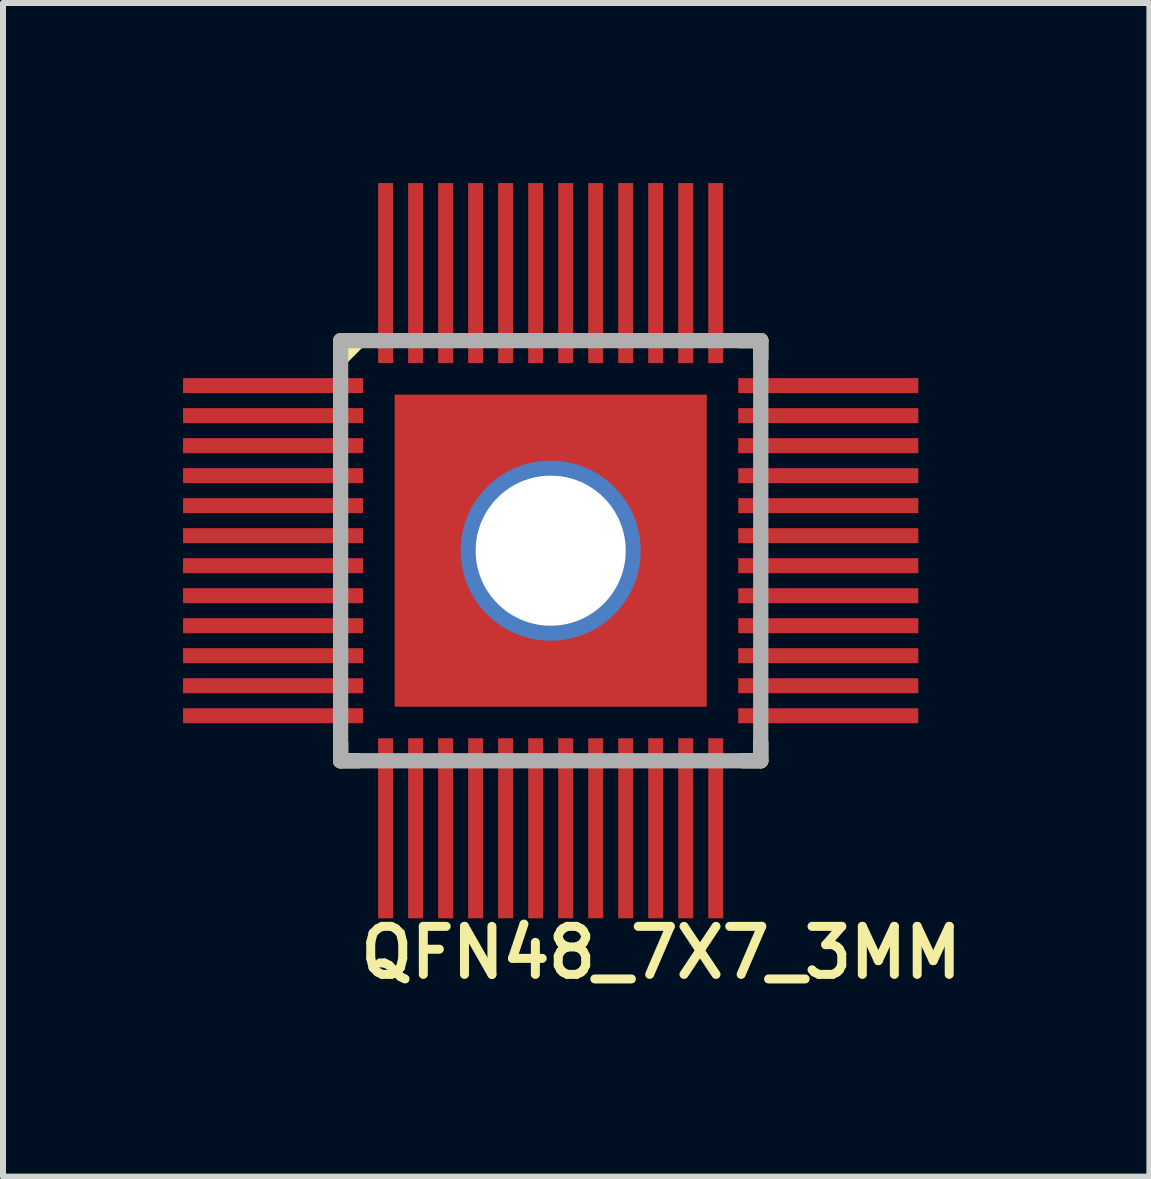
<source format=kicad_pcb>
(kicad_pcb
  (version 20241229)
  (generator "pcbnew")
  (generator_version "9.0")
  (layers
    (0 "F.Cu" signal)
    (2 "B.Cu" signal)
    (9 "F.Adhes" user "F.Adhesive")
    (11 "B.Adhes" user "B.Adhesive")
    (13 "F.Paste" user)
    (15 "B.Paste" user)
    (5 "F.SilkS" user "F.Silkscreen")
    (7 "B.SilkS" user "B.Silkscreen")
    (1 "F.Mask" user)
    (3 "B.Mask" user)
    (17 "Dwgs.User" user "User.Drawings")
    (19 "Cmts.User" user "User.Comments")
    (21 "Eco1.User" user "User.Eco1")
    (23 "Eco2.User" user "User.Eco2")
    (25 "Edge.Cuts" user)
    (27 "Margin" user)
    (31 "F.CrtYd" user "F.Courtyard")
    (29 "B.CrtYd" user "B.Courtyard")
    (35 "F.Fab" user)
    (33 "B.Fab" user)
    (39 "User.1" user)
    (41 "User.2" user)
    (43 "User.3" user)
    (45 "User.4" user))
  (footprint "QFN48_7X7_3MM"
    (layer "F.Cu")
    (at 6.125 6.125)
    (property "Reference" "QFN48_7X7_3MM" (at 1.84 6.697 0) (layer "F.SilkS") (effects (font (size 0.8 0.8) (thickness 0.15))))
    (attr smd)
    (fp_line (start -3.5 -3.2) (end -3.2 -3.5) (stroke (width 0.254) (type solid)) (layer "F.SilkS"))
    (fp_line (start -3.5 3.2) (end -3.5 3.5) (stroke (width 0.254) (type solid)) (layer "F.SilkS"))
    (fp_line (start -3.5 3.5) (end -3.2 3.5) (stroke (width 0.254) (type solid)) (layer "F.SilkS"))
    (fp_line (start 3.15 -3.5) (end 3.5 -3.5) (stroke (width 0.254) (type solid)) (layer "F.SilkS"))
    (fp_line (start 3.2 3.5) (end 3.5 3.5) (stroke (width 0.254) (type solid)) (layer "F.SilkS"))
    (fp_line (start 3.5 -3.5) (end 3.5 -3.2) (stroke (width 0.254) (type solid)) (layer "F.SilkS"))
    (fp_line (start 3.5 3.5) (end 3.5 3.2) (stroke (width 0.254) (type solid)) (layer "F.SilkS"))
    (fp_poly (pts (xy -2.286 -2.286) (xy 2.286 -2.286) (xy 2.286 2.286) (xy -2.286 2.286)) (stroke (width 0.01) (type solid)) (fill yes) (layer "F.Paste"))
    (fp_line (start -3.5 -3.5) (end -3.5 3.5) (stroke (width 0.254) (type solid)) (layer "F.Fab"))
    (fp_line (start -3.5 3.5) (end 3.5 3.5) (stroke (width 0.254) (type solid)) (layer "F.Fab"))
    (fp_line (start 3.5 -3.5) (end -3.5 -3.5) (stroke (width 0.254) (type solid)) (layer "F.Fab"))
    (fp_line (start 3.5 3.5) (end 3.5 -3.5) (stroke (width 0.254) (type solid)) (layer "F.Fab"))
    (pad "1" smd rect (at -4.625 -2.75) (size 3 0.25) (layers "F.Cu" "F.Mask" "F.Paste"))
    (pad "2" smd rect (at -4.625 -2.25) (size 3 0.25) (layers "F.Cu" "F.Mask" "F.Paste"))
    (pad "3" smd rect (at -4.625 -1.75) (size 3 0.25) (layers "F.Cu" "F.Mask" "F.Paste"))
    (pad "4" smd rect (at -4.625 -1.25) (size 3 0.25) (layers "F.Cu" "F.Mask" "F.Paste"))
    (pad "5" smd rect (at -4.625 -0.75) (size 3 0.25) (layers "F.Cu" "F.Mask" "F.Paste"))
    (pad "6" smd rect (at -4.625 -0.25) (size 3 0.25) (layers "F.Cu" "F.Mask" "F.Paste"))
    (pad "7" smd rect (at -4.625 0.25) (size 3 0.25) (layers "F.Cu" "F.Mask" "F.Paste"))
    (pad "8" smd rect (at -4.625 0.75) (size 3 0.25) (layers "F.Cu" "F.Mask" "F.Paste"))
    (pad "9" smd rect (at -4.625 1.25) (size 3 0.25) (layers "F.Cu" "F.Mask" "F.Paste"))
    (pad "10" smd rect (at -4.625 1.75) (size 3 0.25) (layers "F.Cu" "F.Mask" "F.Paste"))
    (pad "11" smd rect (at -4.625 2.25) (size 3 0.25) (layers "F.Cu" "F.Mask" "F.Paste"))
    (pad "12" smd rect (at -4.625 2.75) (size 3 0.25) (layers "F.Cu" "F.Mask" "F.Paste"))
    (pad "13" smd rect (at -2.75 4.625 90) (size 3 0.25) (layers "F.Cu" "F.Mask" "F.Paste"))
    (pad "14" smd rect (at -2.25 4.625 90) (size 3 0.25) (layers "F.Cu" "F.Mask" "F.Paste"))
    (pad "15" smd rect (at -1.75 4.625 90) (size 3 0.25) (layers "F.Cu" "F.Mask" "F.Paste"))
    (pad "16" smd rect (at -1.25 4.625 90) (size 3 0.25) (layers "F.Cu" "F.Mask" "F.Paste"))
    (pad "17" smd rect (at -0.75 4.625 90) (size 3 0.25) (layers "F.Cu" "F.Mask" "F.Paste"))
    (pad "18" smd rect (at -0.25 4.625 90) (size 3 0.25) (layers "F.Cu" "F.Mask" "F.Paste"))
    (pad "19" smd rect (at 0.25 4.625 90) (size 3 0.25) (layers "F.Cu" "F.Mask" "F.Paste"))
    (pad "20" smd rect (at 0.75 4.625 90) (size 3 0.25) (layers "F.Cu" "F.Mask" "F.Paste"))
    (pad "21" smd rect (at 1.25 4.625 90) (size 3 0.25) (layers "F.Cu" "F.Mask" "F.Paste"))
    (pad "22" smd rect (at 1.75 4.625 90) (size 3 0.25) (layers "F.Cu" "F.Mask" "F.Paste"))
    (pad "23" smd rect (at 2.25 4.625 90) (size 3 0.25) (layers "F.Cu" "F.Mask" "F.Paste"))
    (pad "24" smd rect (at 2.75 4.625 90) (size 3 0.25) (layers "F.Cu" "F.Mask" "F.Paste"))
    (pad "25" smd rect (at 4.625 2.75 180) (size 3 0.25) (layers "F.Cu" "F.Mask" "F.Paste"))
    (pad "26" smd rect (at 4.625 2.25 180) (size 3 0.25) (layers "F.Cu" "F.Mask" "F.Paste"))
    (pad "27" smd rect (at 4.625 1.75 180) (size 3 0.25) (layers "F.Cu" "F.Mask" "F.Paste"))
    (pad "28" smd rect (at 4.625 1.25 180) (size 3 0.25) (layers "F.Cu" "F.Mask" "F.Paste"))
    (pad "29" smd rect (at 4.625 0.75 180) (size 3 0.25) (layers "F.Cu" "F.Mask" "F.Paste"))
    (pad "30" smd rect (at 4.625 0.25 180) (size 3 0.25) (layers "F.Cu" "F.Mask" "F.Paste"))
    (pad "31" smd rect (at 4.625 -0.25 180) (size 3 0.25) (layers "F.Cu" "F.Mask" "F.Paste"))
    (pad "32" smd rect (at 4.625 -0.75 180) (size 3 0.25) (layers "F.Cu" "F.Mask" "F.Paste"))
    (pad "33" smd rect (at 4.625 -1.25 180) (size 3 0.25) (layers "F.Cu" "F.Mask" "F.Paste"))
    (pad "34" smd rect (at 4.625 -1.75 180) (size 3 0.25) (layers "F.Cu" "F.Mask" "F.Paste"))
    (pad "35" smd rect (at 4.625 -2.25 180) (size 3 0.25) (layers "F.Cu" "F.Mask" "F.Paste"))
    (pad "36" smd rect (at 4.625 -2.75 180) (size 3 0.25) (layers "F.Cu" "F.Mask" "F.Paste"))
    (pad "37" smd rect (at 2.75 -4.625 270) (size 3 0.25) (layers "F.Cu" "F.Mask" "F.Paste"))
    (pad "38" smd rect (at 2.25 -4.625 270) (size 3 0.25) (layers "F.Cu" "F.Mask" "F.Paste"))
    (pad "39" smd rect (at 1.75 -4.625 270) (size 3 0.25) (layers "F.Cu" "F.Mask" "F.Paste"))
    (pad "40" smd rect (at 1.25 -4.625 270) (size 3 0.25) (layers "F.Cu" "F.Mask" "F.Paste"))
    (pad "41" smd rect (at 0.75 -4.625 270) (size 3 0.25) (layers "F.Cu" "F.Mask" "F.Paste"))
    (pad "42" smd rect (at 0.25 -4.625 270) (size 3 0.25) (layers "F.Cu" "F.Mask" "F.Paste"))
    (pad "43" smd rect (at -0.25 -4.625 270) (size 3 0.25) (layers "F.Cu" "F.Mask" "F.Paste"))
    (pad "44" smd rect (at -0.75 -4.625 270) (size 3 0.25) (layers "F.Cu" "F.Mask" "F.Paste"))
    (pad "45" smd rect (at -1.25 -4.625 270) (size 3 0.25) (layers "F.Cu" "F.Mask" "F.Paste"))
    (pad "46" smd rect (at -1.75 -4.625 270) (size 3 0.25) (layers "F.Cu" "F.Mask" "F.Paste"))
    (pad "47" smd rect (at -2.25 -4.625 270) (size 3 0.25) (layers "F.Cu" "F.Mask" "F.Paste"))
    (pad "48" smd rect (at -2.75 -4.625 270) (size 3 0.25) (layers "F.Cu" "F.Mask" "F.Paste"))
    (pad "EP" thru_hole circle (at 0 0) (size 3 3) (drill oval 2.5) (layers "*.Cu" "*.Mask"))
    (pad "EP" smd rect (at 0 0) (size 5.2 5.2) (layers "F.Cu" "F.Mask" "F.Paste")))
  (gr_rect
    (start -3 -3)
    (end 16.1 16.553)
    (stroke (width 0.1) (type default))
    (fill no)
    (layer "Edge.Cuts")))
</source>
